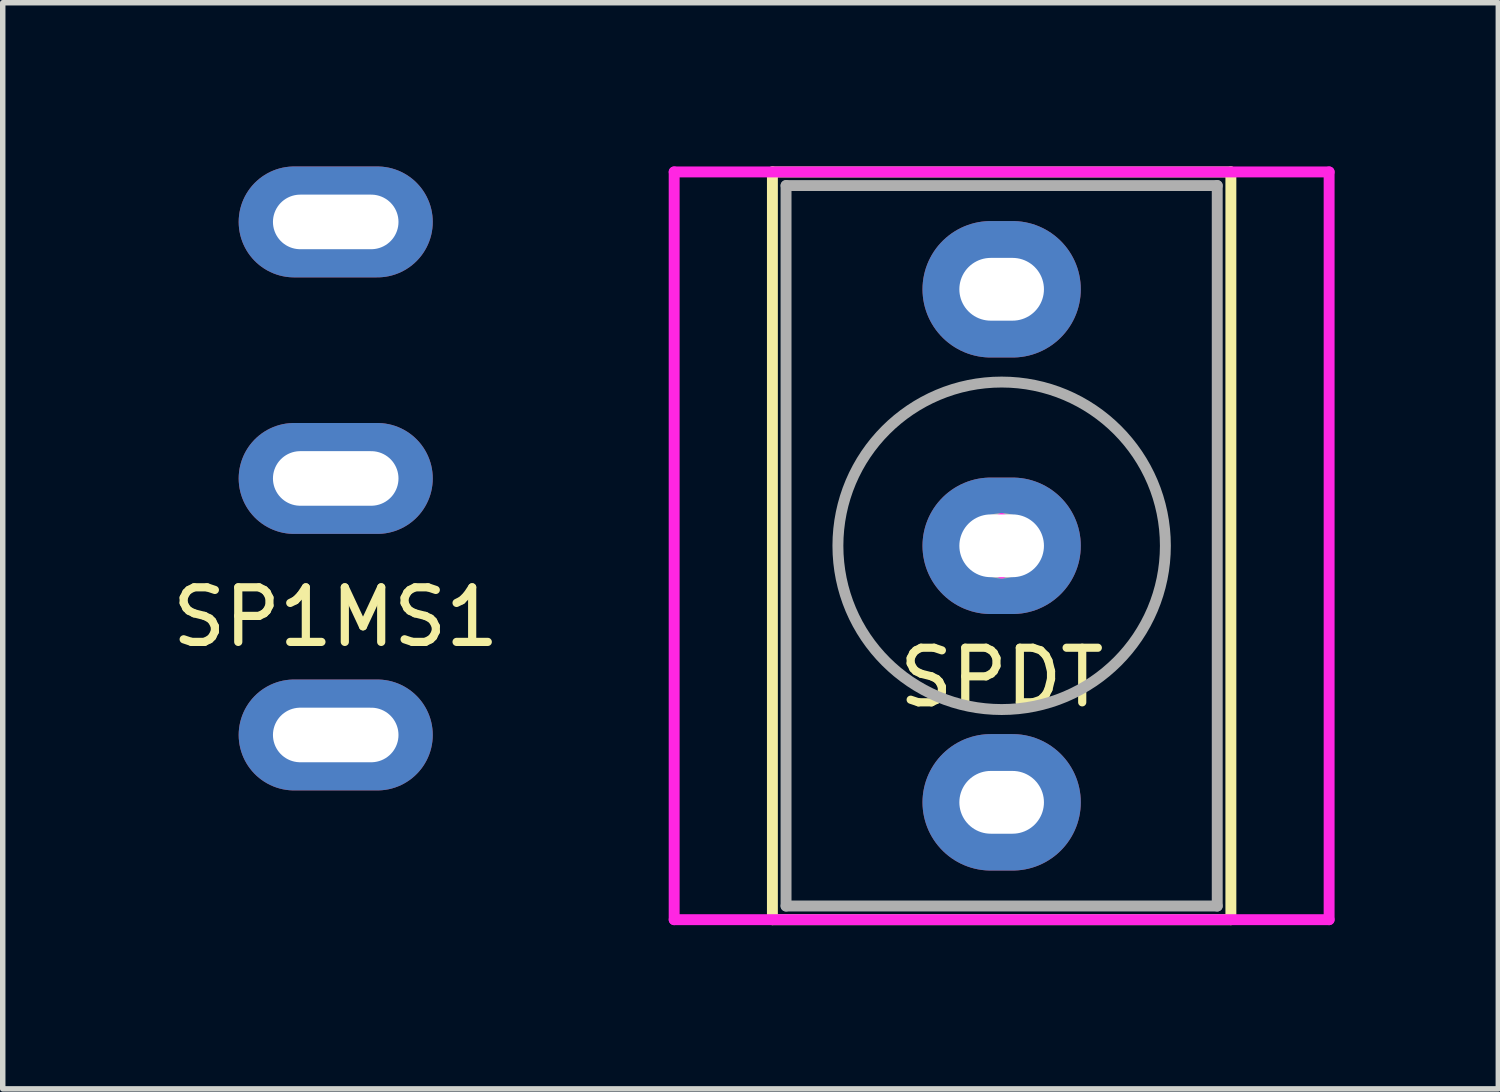
<source format=kicad_pcb>
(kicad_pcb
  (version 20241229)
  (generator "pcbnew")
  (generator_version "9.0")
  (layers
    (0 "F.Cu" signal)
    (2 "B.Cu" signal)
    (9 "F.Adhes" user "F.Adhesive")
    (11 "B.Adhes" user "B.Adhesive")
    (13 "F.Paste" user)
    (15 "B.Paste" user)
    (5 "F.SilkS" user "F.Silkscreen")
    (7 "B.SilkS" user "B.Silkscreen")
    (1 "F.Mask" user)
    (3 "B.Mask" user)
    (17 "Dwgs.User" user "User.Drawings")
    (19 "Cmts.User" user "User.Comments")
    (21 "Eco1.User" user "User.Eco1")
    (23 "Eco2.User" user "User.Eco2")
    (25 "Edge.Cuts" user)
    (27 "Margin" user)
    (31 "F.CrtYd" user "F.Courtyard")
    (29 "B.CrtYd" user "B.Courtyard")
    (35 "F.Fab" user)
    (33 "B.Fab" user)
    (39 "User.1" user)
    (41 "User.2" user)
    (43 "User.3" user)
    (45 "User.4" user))
  (footprint "SP1MS1"
    (layer "F.Cu")
    (at 3.101 5.716)
    (property "Reference" "SP1MS1" (at 0 2.54 0) (layer "F.SilkS") (effects (font (size 1 1) (thickness 0.15))))
    (attr through_hole)
    (pad "1" thru_hole oval (at 0 4.7) (size 3.556 2.032) (drill oval 2.3 1) (layers "*.Cu" "*.Mask"))
    (pad "2" thru_hole oval (at 0 0) (size 3.556 2.032) (drill oval 2.3 1) (layers "*.Cu" "*.Mask"))
    (pad "3" thru_hole oval (at 0 -4.7) (size 3.556 2.032) (drill oval 2.3 1) (layers "*.Cu" "*.Mask")))
  (footprint "SPDT"
    (layer "F.Cu")
    (at 15.302 6.95)
    (property "Reference" "SPDT" (at 0 2.413 0) (layer "F.SilkS") (effects (font (size 1 1) (thickness 0.15))))
    (attr through_hole)
    (fp_line (start -4.2 -6.85) (end -4.2 6.85) (stroke (width 0.2) (type solid)) (layer "F.SilkS"))
    (fp_line (start -4.2 6.85) (end 4.2 6.85) (stroke (width 0.2) (type solid)) (layer "F.SilkS"))
    (fp_line (start 4.2 -6.85) (end -4.2 -6.85) (stroke (width 0.2) (type solid)) (layer "F.SilkS"))
    (fp_line (start 4.2 6.85) (end 4.2 -6.85) (stroke (width 0.2) (type solid)) (layer "F.SilkS"))
    (fp_line (start -6 -6.85) (end -6 6.85) (stroke (width 0.2) (type solid)) (layer "F.CrtYd"))
    (fp_line (start -6 6.85) (end 6 6.85) (stroke (width 0.2) (type solid)) (layer "F.CrtYd"))
    (fp_line (start -0.5 0) (end 0.5 0) (stroke (width 0.2) (type solid)) (layer "F.CrtYd"))
    (fp_line (start 0 0.5) (end 0 -0.5) (stroke (width 0.2) (type solid)) (layer "F.CrtYd"))
    (fp_line (start 6 -6.85) (end -6 -6.85) (stroke (width 0.2) (type solid)) (layer "F.CrtYd"))
    (fp_line (start 6 6.85) (end 6 -6.85) (stroke (width 0.2) (type solid)) (layer "F.CrtYd"))
    (fp_line (start -3.95 -6.6) (end -3.95 6.6) (stroke (width 0.2) (type solid)) (layer "F.Fab"))
    (fp_line (start -3.95 6.6) (end 3.95 6.6) (stroke (width 0.2) (type solid)) (layer "F.Fab"))
    (fp_line (start -0.5 0) (end 0.5 0) (stroke (width 0.2) (type solid)) (layer "F.Fab"))
    (fp_line (start 0 0.5) (end 0 -0.5) (stroke (width 0.2) (type solid)) (layer "F.Fab"))
    (fp_line (start 3.95 -6.6) (end -3.95 -6.6) (stroke (width 0.2) (type solid)) (layer "F.Fab"))
    (fp_line (start 3.95 6.6) (end 3.95 -6.6) (stroke (width 0.2) (type solid)) (layer "F.Fab"))
    (fp_circle (center 0 0) (end 0.5 0) (stroke (width 0.2) (type solid)) (fill no) (layer "F.Fab"))
    (fp_circle (center 0 0) (end 3 0) (stroke (width 0.2) (type solid)) (fill no) (layer "F.Fab"))
    (pad "1" thru_hole oval (at 0 4.7) (size 2.9 2.5) (drill oval 1.55 1.15) (layers "*.Cu" "*.Mask"))
    (pad "2" thru_hole oval (at 0 0) (size 2.9 2.5) (drill oval 1.55 1.15) (layers "*.Cu" "*.Mask"))
    (pad "3" thru_hole oval (at 0 -4.7) (size 2.9 2.5) (drill oval 1.55 1.15) (layers "*.Cu" "*.Mask")))
  (gr_rect
    (start -3 -3)
    (end 24.402 16.9)
    (stroke (width 0.1) (type default))
    (fill no)
    (layer "Edge.Cuts")))
</source>
